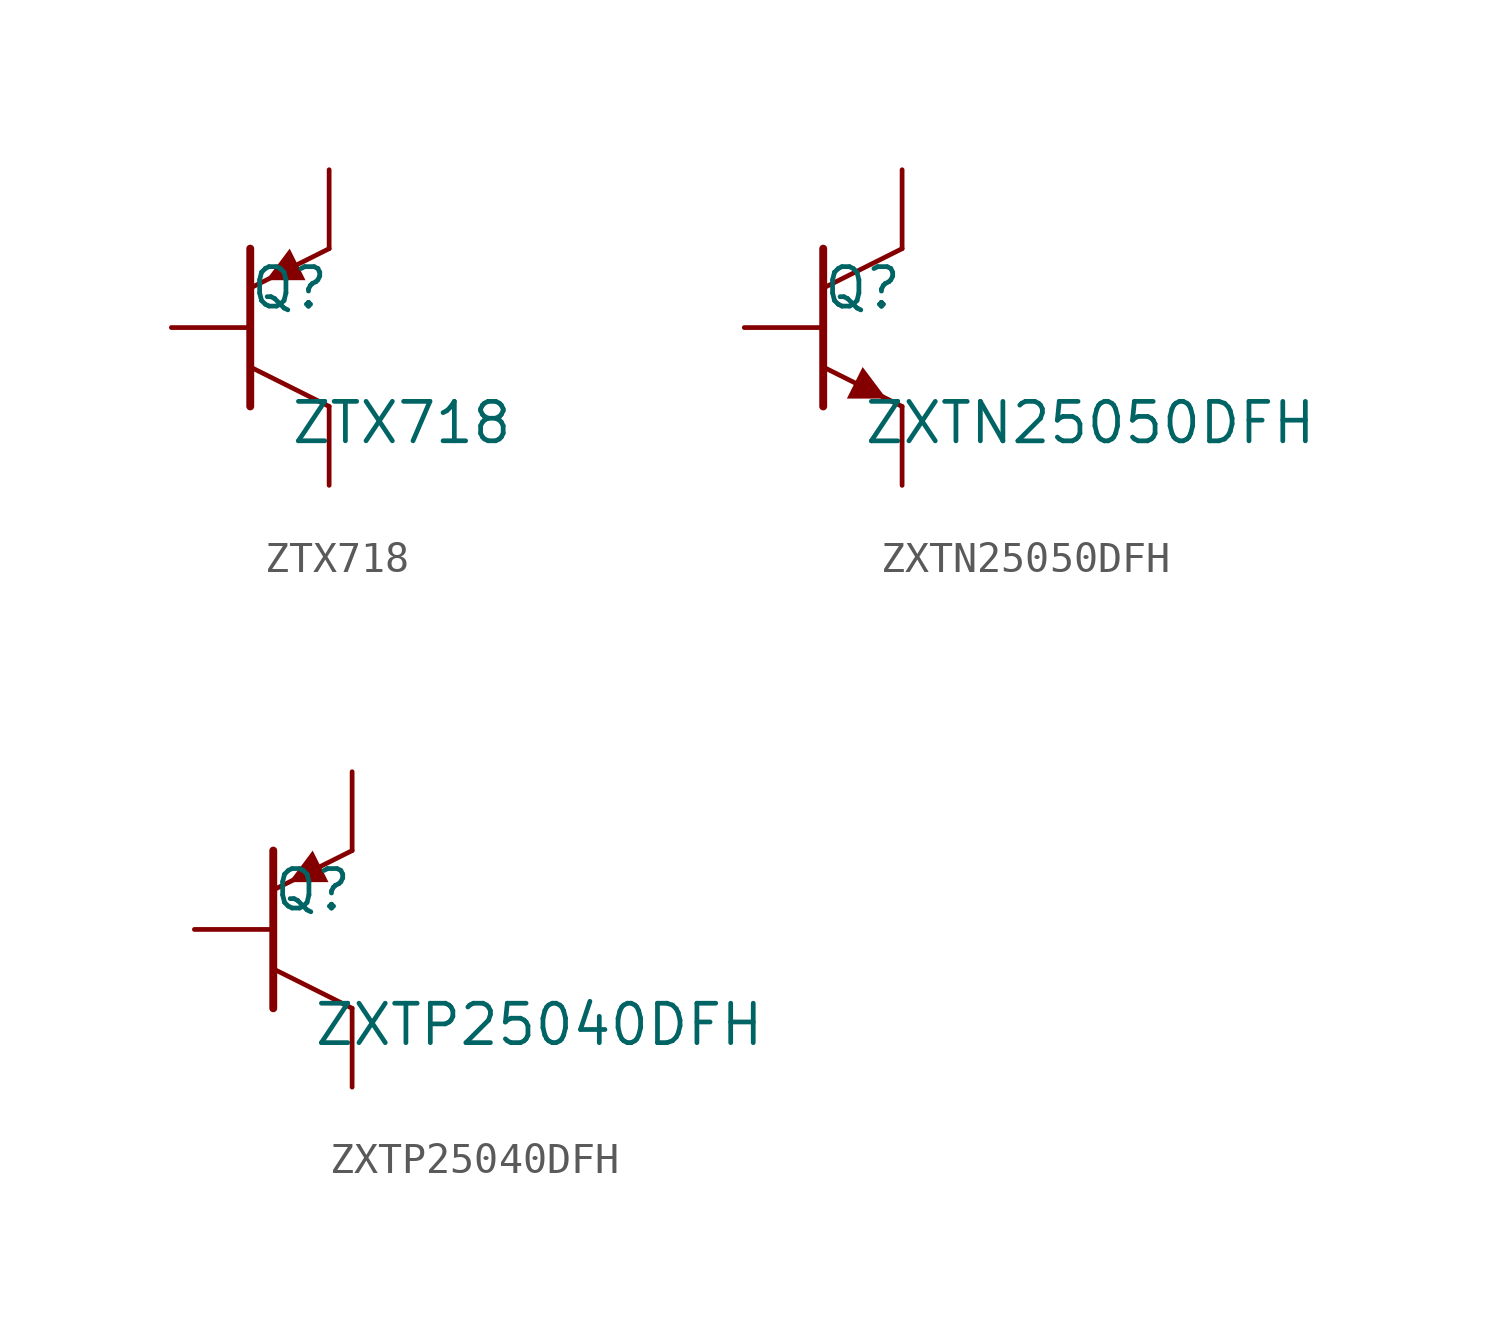
<source format=kicad_sym>
(kicad_symbol_lib
  (version 20231120)
  (generator "kicad_symbol_editor")
  (generator_version "8.0")
  (symbol "ZTX718"
    (property "Reference" "Q"
      (at -1.27 1.27 0)
      (effects (font (size 1.27 1.27))))
    (property "Value" "ZTX718"
      (at -1.27 -3.81 0)
      (effects (font (size 1.27 1.27)) (justify left bottom)))
    (symbol "ZTX718_1_0"
      (polyline (pts (xy -2.54 -1.27) (xy 0 -2.54)) (stroke (width 0.152) (type solid)) (fill (type none)))
      (polyline (pts (xy -2.54 2.54) (xy -2.54 -2.54)) (stroke (width 0.254) (type solid)) (fill (type none)))
      (polyline (pts (xy 0 2.54) (xy -2.54 1.27)) (stroke (width 0.152) (type solid)) (fill (type none)))
      (polyline (pts (xy -2.032 1.524) (xy -0.762 1.524) (xy -1.27 2.54) (xy -2.032 1.524) (xy -2.032 1.524)) (stroke (width -0.0001) (type solid)) (fill (type outline)))
      (pin passive line (at 0 5.08 270) (length 2.54) (name "E" (effects (font (size 0 0)))) (number "1" (effects (font (size 0 0)))))
      (pin passive line (at -5.08 0 0) (length 2.54) (name "B" (effects (font (size 0 0)))) (number "2" (effects (font (size 0 0)))))
      (pin passive line (at 0 -5.08 90) (length 2.54) (name "C" (effects (font (size 0 0)))) (number "3" (effects (font (size 0 0)))))))
  (symbol "ZXTN25050DFH"
    (property "Reference" "Q"
      (at -1.27 1.27 0)
      (effects (font (size 1.27 1.27))))
    (property "Value" "ZXTN25050DFH"
      (at -1.27 -3.81 0)
      (effects (font (size 1.27 1.27)) (justify left bottom)))
    (symbol "ZXTN25050DFH_1_0"
      (polyline (pts (xy -2.54 2.54) (xy -2.54 -2.54)) (stroke (width 0.254) (type solid)) (fill (type none)))
      (polyline (pts (xy 0 -2.54) (xy -2.54 -1.27)) (stroke (width 0.152) (type solid)) (fill (type none)))
      (polyline (pts (xy 0 2.54) (xy -2.54 1.27)) (stroke (width 0.152) (type solid)) (fill (type none)))
      (polyline (pts (xy -0.508 -2.286) (xy -1.778 -2.286) (xy -1.27 -1.27) (xy -0.508 -2.286) (xy -0.508 -2.286)) (stroke (width -0.0001) (type solid)) (fill (type outline)))
      (pin passive line (at -5.08 0 0) (length 2.54) (name "B" (effects (font (size 0 0)))) (number "1" (effects (font (size 0 0)))))
      (pin passive line (at 0 -5.08 90) (length 2.54) (name "E" (effects (font (size 0 0)))) (number "2" (effects (font (size 0 0)))))
      (pin passive line (at 0 5.08 270) (length 2.54) (name "C" (effects (font (size 0 0)))) (number "3" (effects (font (size 0 0)))))))
  (symbol "ZXTP25040DFH"
    (property "Reference" "Q"
      (at -1.27 1.27 0)
      (effects (font (size 1.27 1.27))))
    (property "Value" "ZXTP25040DFH"
      (at -1.27 -3.81 0)
      (effects (font (size 1.27 1.27)) (justify left bottom)))
    (symbol "ZXTP25040DFH_1_0"
      (polyline (pts (xy -2.54 -2.54) (xy -2.54 2.54)) (stroke (width 0.254) (type solid)) (fill (type none)))
      (polyline (pts (xy 0 -2.54) (xy -2.54 -1.27)) (stroke (width 0.152) (type solid)) (fill (type none)))
      (polyline (pts (xy 0 2.54) (xy -2.54 1.27)) (stroke (width 0.152) (type solid)) (fill (type none)))
      (polyline (pts (xy -2.032 1.524) (xy -0.762 1.524) (xy -1.27 2.54) (xy -2.032 1.524) (xy -2.032 1.524)) (stroke (width -0.0001) (type solid)) (fill (type outline)))
      (pin passive line (at -5.08 0 0) (length 2.54) (name "B" (effects (font (size 0 0)))) (number "1" (effects (font (size 0 0)))))
      (pin passive line (at 0 5.08 270) (length 2.54) (name "E" (effects (font (size 0 0)))) (number "2" (effects (font (size 0 0)))))
      (pin passive line (at 0 -5.08 90) (length 2.54) (name "C" (effects (font (size 0 0)))) (number "3" (effects (font (size 0 0))))))))
</source>
